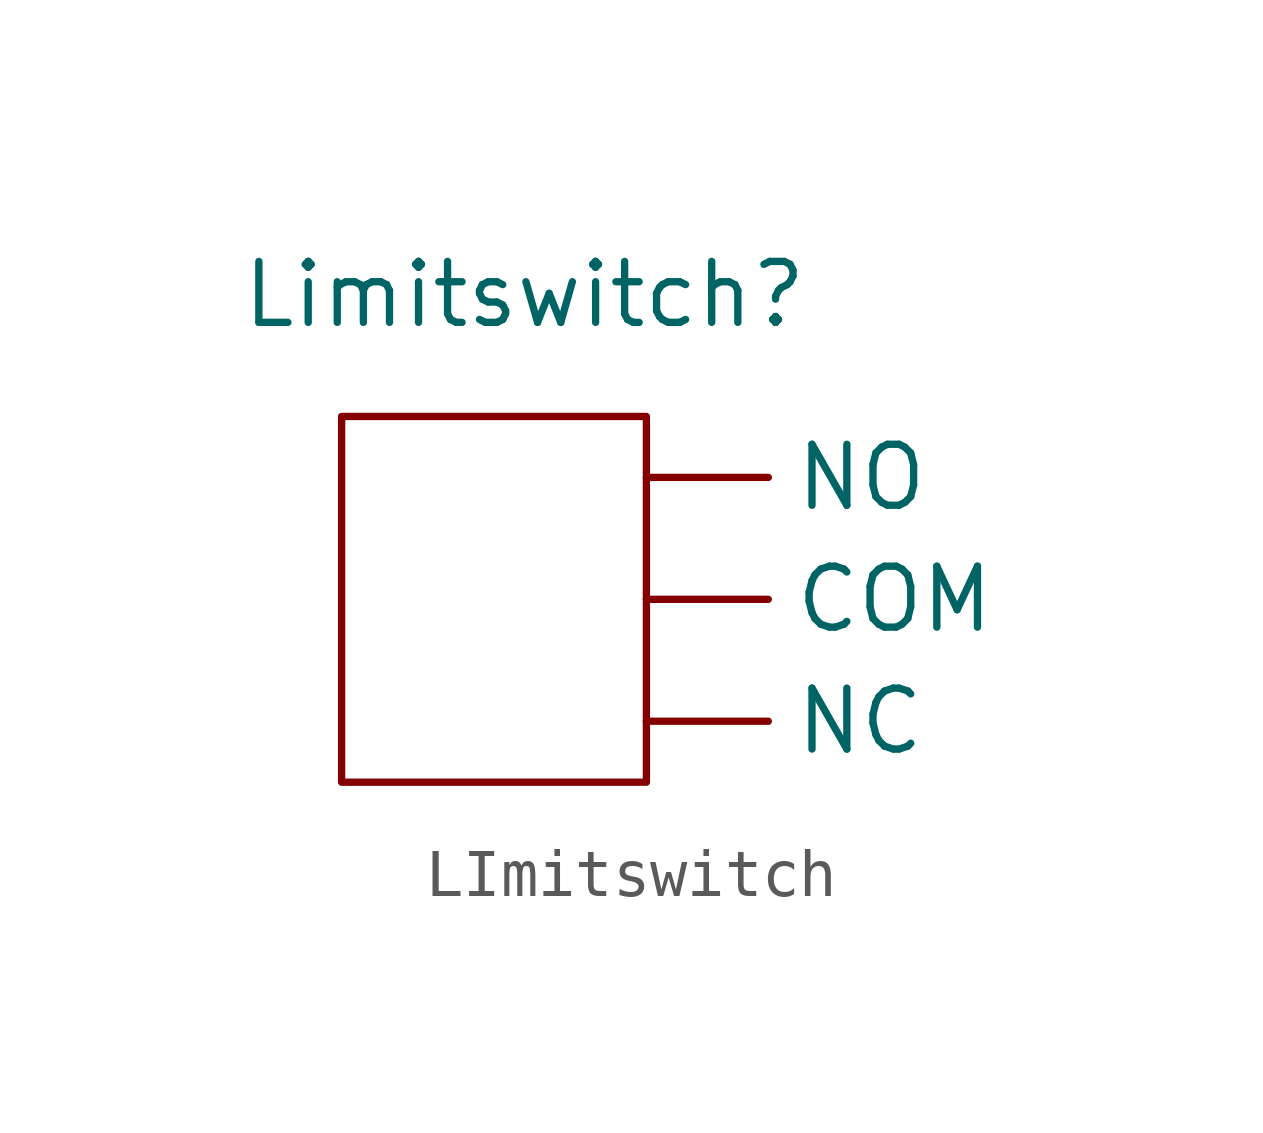
<source format=kicad_sym>
(kicad_symbol_lib
  (version 20231120)
  (generator "kicad_symbol_editor")
  (generator_version "8.0")
  (symbol "LImitswitch"
    (property "Reference" "Limitswitch"
      (at 0 0 0)
      (effects (font (size 1.27 1.27))))
    (property "Value" ""
      (at 0 0 0)
      (effects (font (size 1.27 1.27))))
    (symbol "LImitswitch_0_1"
      (rectangle (start -3.81 -2.54) (end 2.54 -10.16) (stroke (width 0) (type default)) (fill (type none))))
    (symbol "LImitswitch_1_1"
      (pin input line (at 2.54 -6.35 0) (length 2.54) (name "COM" (effects (font (size 1.27 1.27)))) (number "" (effects (font (size 1.27 1.27)))))
      (pin output line (at 2.54 -8.89 0) (length 2.54) (name "NC" (effects (font (size 1.27 1.27)))) (number "" (effects (font (size 1.27 1.27)))))
      (pin output line (at 2.54 -3.81 0) (length 2.54) (name "NO" (effects (font (size 1.27 1.27)))) (number "" (effects (font (size 1.27 1.27))))))))
</source>
